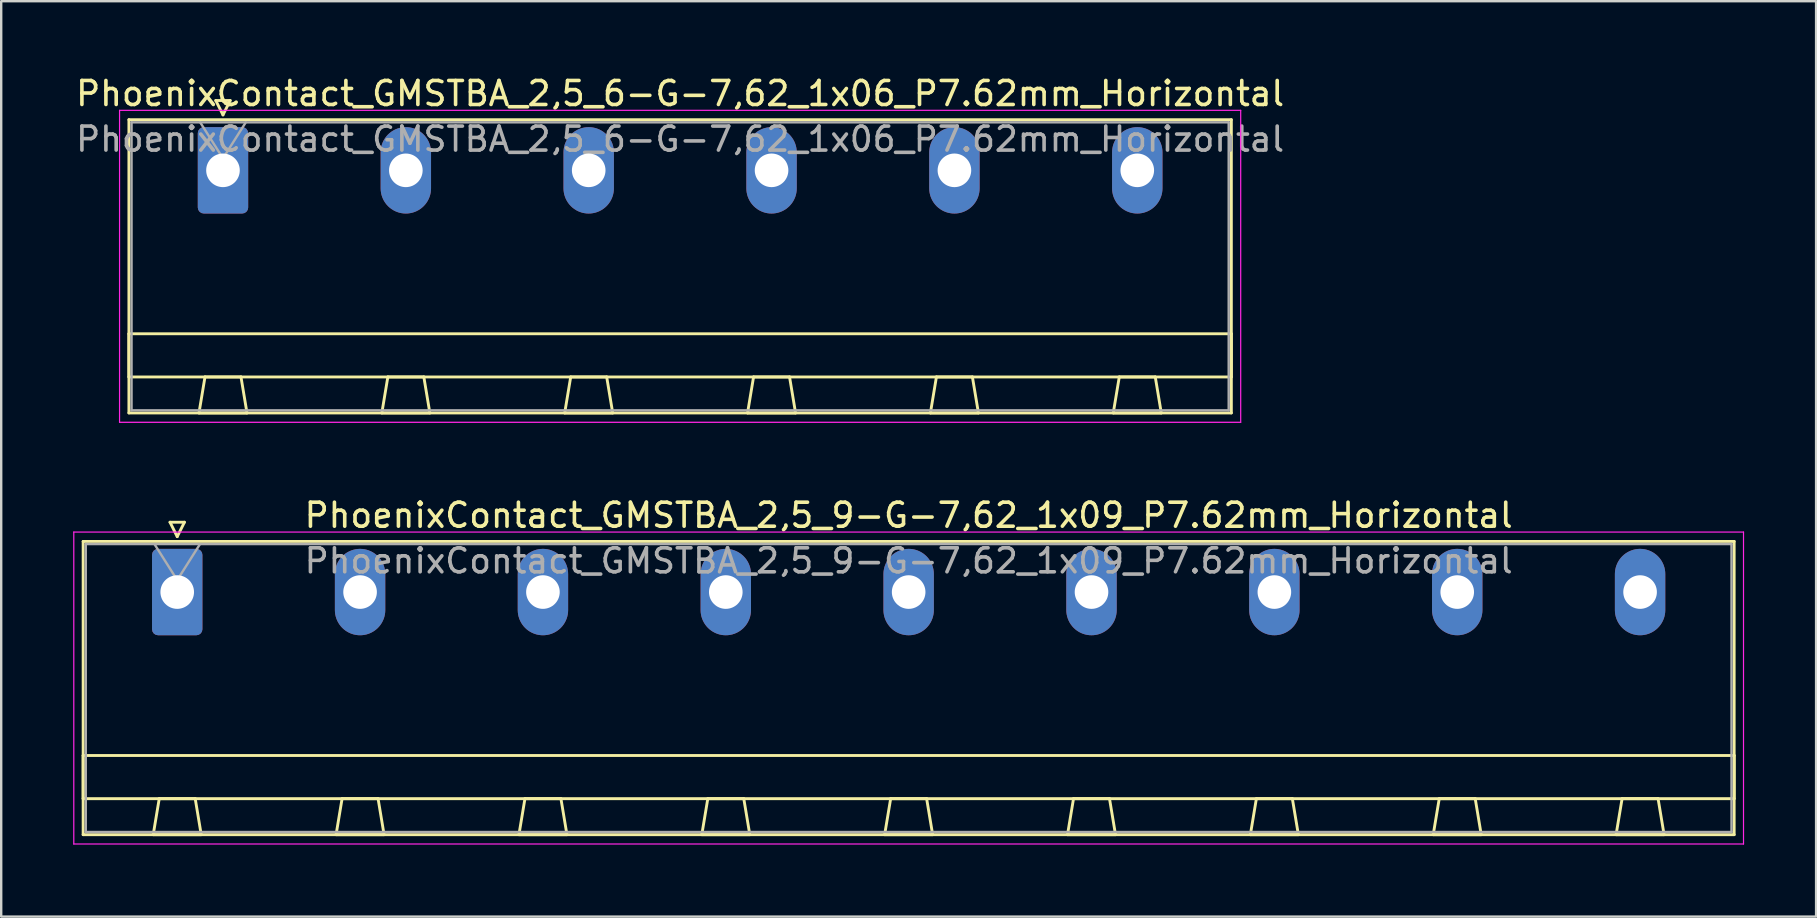
<source format=kicad_pcb>
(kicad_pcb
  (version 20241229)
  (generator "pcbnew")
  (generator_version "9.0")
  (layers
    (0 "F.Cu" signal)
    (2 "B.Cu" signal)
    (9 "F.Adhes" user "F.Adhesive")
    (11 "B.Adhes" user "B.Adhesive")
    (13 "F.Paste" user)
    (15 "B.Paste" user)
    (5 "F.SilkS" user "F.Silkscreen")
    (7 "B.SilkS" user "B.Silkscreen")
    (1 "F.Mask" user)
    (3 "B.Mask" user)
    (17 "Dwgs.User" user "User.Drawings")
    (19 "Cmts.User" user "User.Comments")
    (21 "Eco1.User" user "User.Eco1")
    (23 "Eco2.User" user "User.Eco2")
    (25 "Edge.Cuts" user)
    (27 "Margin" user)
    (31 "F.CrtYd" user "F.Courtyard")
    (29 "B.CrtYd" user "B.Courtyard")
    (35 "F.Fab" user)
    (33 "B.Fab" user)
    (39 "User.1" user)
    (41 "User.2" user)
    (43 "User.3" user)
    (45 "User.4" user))
  (footprint "PhoenixContact_GMSTBA_2,5_9-G-7,62_1x09_P7.62mm_Horizontal"
    (layer "F.Cu")
    (at 4.335 21.622)
    (property "Reference" "PhoenixContact_GMSTBA_2,5_9-G-7,62_1x09_P7.62mm_Horizontal" (at 30.48 -3.2 0) (layer "F.SilkS") (effects (font (size 1 1) (thickness 0.15))))
    (attr through_hole)
    (fp_line (start -3.92 -2.11) (end -3.92 10.11) (stroke (width 0.12) (type solid)) (layer "F.SilkS"))
    (fp_line (start -3.92 6.81) (end 64.88 6.81) (stroke (width 0.12) (type solid)) (layer "F.SilkS"))
    (fp_line (start -3.92 8.61) (end -3.92 6.81) (stroke (width 0.12) (type solid)) (layer "F.SilkS"))
    (fp_line (start -3.92 10.11) (end 64.88 10.11) (stroke (width 0.12) (type solid)) (layer "F.SilkS"))
    (fp_line (start -1 10.11) (end 1 10.11) (stroke (width 0.12) (type solid)) (layer "F.SilkS"))
    (fp_line (start -0.75 8.61) (end -1 10.11) (stroke (width 0.12) (type solid)) (layer "F.SilkS"))
    (fp_line (start -0.3 -2.91) (end 0.3 -2.91) (stroke (width 0.12) (type solid)) (layer "F.SilkS"))
    (fp_line (start 0 -2.31) (end -0.3 -2.91) (stroke (width 0.12) (type solid)) (layer "F.SilkS"))
    (fp_line (start 0.3 -2.91) (end 0 -2.31) (stroke (width 0.12) (type solid)) (layer "F.SilkS"))
    (fp_line (start 0.75 8.61) (end -0.75 8.61) (stroke (width 0.12) (type solid)) (layer "F.SilkS"))
    (fp_line (start 1 10.11) (end 0.75 8.61) (stroke (width 0.12) (type solid)) (layer "F.SilkS"))
    (fp_line (start 6.62 10.11) (end 8.62 10.11) (stroke (width 0.12) (type solid)) (layer "F.SilkS"))
    (fp_line (start 6.87 8.61) (end 6.62 10.11) (stroke (width 0.12) (type solid)) (layer "F.SilkS"))
    (fp_line (start 8.37 8.61) (end 6.87 8.61) (stroke (width 0.12) (type solid)) (layer "F.SilkS"))
    (fp_line (start 8.62 10.11) (end 8.37 8.61) (stroke (width 0.12) (type solid)) (layer "F.SilkS"))
    (fp_line (start 14.24 10.11) (end 16.24 10.11) (stroke (width 0.12) (type solid)) (layer "F.SilkS"))
    (fp_line (start 14.49 8.61) (end 14.24 10.11) (stroke (width 0.12) (type solid)) (layer "F.SilkS"))
    (fp_line (start 15.99 8.61) (end 14.49 8.61) (stroke (width 0.12) (type solid)) (layer "F.SilkS"))
    (fp_line (start 16.24 10.11) (end 15.99 8.61) (stroke (width 0.12) (type solid)) (layer "F.SilkS"))
    (fp_line (start 21.86 10.11) (end 23.86 10.11) (stroke (width 0.12) (type solid)) (layer "F.SilkS"))
    (fp_line (start 22.11 8.61) (end 21.86 10.11) (stroke (width 0.12) (type solid)) (layer "F.SilkS"))
    (fp_line (start 23.61 8.61) (end 22.11 8.61) (stroke (width 0.12) (type solid)) (layer "F.SilkS"))
    (fp_line (start 23.86 10.11) (end 23.61 8.61) (stroke (width 0.12) (type solid)) (layer "F.SilkS"))
    (fp_line (start 29.48 10.11) (end 31.48 10.11) (stroke (width 0.12) (type solid)) (layer "F.SilkS"))
    (fp_line (start 29.73 8.61) (end 29.48 10.11) (stroke (width 0.12) (type solid)) (layer "F.SilkS"))
    (fp_line (start 31.23 8.61) (end 29.73 8.61) (stroke (width 0.12) (type solid)) (layer "F.SilkS"))
    (fp_line (start 31.48 10.11) (end 31.23 8.61) (stroke (width 0.12) (type solid)) (layer "F.SilkS"))
    (fp_line (start 37.1 10.11) (end 39.1 10.11) (stroke (width 0.12) (type solid)) (layer "F.SilkS"))
    (fp_line (start 37.35 8.61) (end 37.1 10.11) (stroke (width 0.12) (type solid)) (layer "F.SilkS"))
    (fp_line (start 38.85 8.61) (end 37.35 8.61) (stroke (width 0.12) (type solid)) (layer "F.SilkS"))
    (fp_line (start 39.1 10.11) (end 38.85 8.61) (stroke (width 0.12) (type solid)) (layer "F.SilkS"))
    (fp_line (start 44.72 10.11) (end 46.72 10.11) (stroke (width 0.12) (type solid)) (layer "F.SilkS"))
    (fp_line (start 44.97 8.61) (end 44.72 10.11) (stroke (width 0.12) (type solid)) (layer "F.SilkS"))
    (fp_line (start 46.47 8.61) (end 44.97 8.61) (stroke (width 0.12) (type solid)) (layer "F.SilkS"))
    (fp_line (start 46.72 10.11) (end 46.47 8.61) (stroke (width 0.12) (type solid)) (layer "F.SilkS"))
    (fp_line (start 52.34 10.11) (end 54.34 10.11) (stroke (width 0.12) (type solid)) (layer "F.SilkS"))
    (fp_line (start 52.59 8.61) (end 52.34 10.11) (stroke (width 0.12) (type solid)) (layer "F.SilkS"))
    (fp_line (start 54.09 8.61) (end 52.59 8.61) (stroke (width 0.12) (type solid)) (layer "F.SilkS"))
    (fp_line (start 54.34 10.11) (end 54.09 8.61) (stroke (width 0.12) (type solid)) (layer "F.SilkS"))
    (fp_line (start 59.96 10.11) (end 61.96 10.11) (stroke (width 0.12) (type solid)) (layer "F.SilkS"))
    (fp_line (start 60.21 8.61) (end 59.96 10.11) (stroke (width 0.12) (type solid)) (layer "F.SilkS"))
    (fp_line (start 61.71 8.61) (end 60.21 8.61) (stroke (width 0.12) (type solid)) (layer "F.SilkS"))
    (fp_line (start 61.96 10.11) (end 61.71 8.61) (stroke (width 0.12) (type solid)) (layer "F.SilkS"))
    (fp_line (start 64.88 -2.11) (end -3.92 -2.11) (stroke (width 0.12) (type solid)) (layer "F.SilkS"))
    (fp_line (start 64.88 6.81) (end 64.88 8.61) (stroke (width 0.12) (type solid)) (layer "F.SilkS"))
    (fp_line (start 64.88 8.61) (end -3.92 8.61) (stroke (width 0.12) (type solid)) (layer "F.SilkS"))
    (fp_line (start 64.88 10.11) (end 64.88 -2.11) (stroke (width 0.12) (type solid)) (layer "F.SilkS"))
    (fp_line (start -4.31 -2.5) (end -4.31 10.5) (stroke (width 0.05) (type solid)) (layer "F.CrtYd"))
    (fp_line (start -4.31 10.5) (end 65.27 10.5) (stroke (width 0.05) (type solid)) (layer "F.CrtYd"))
    (fp_line (start 65.27 -2.5) (end -4.31 -2.5) (stroke (width 0.05) (type solid)) (layer "F.CrtYd"))
    (fp_line (start 65.27 10.5) (end 65.27 -2.5) (stroke (width 0.05) (type solid)) (layer "F.CrtYd"))
    (fp_line (start -3.81 -2) (end -3.81 10) (stroke (width 0.1) (type solid)) (layer "F.Fab"))
    (fp_line (start -3.81 10) (end 64.77 10) (stroke (width 0.1) (type solid)) (layer "F.Fab"))
    (fp_line (start 0 -0.5) (end -0.95 -2) (stroke (width 0.1) (type solid)) (layer "F.Fab"))
    (fp_line (start 0.95 -2) (end 0 -0.5) (stroke (width 0.1) (type solid)) (layer "F.Fab"))
    (fp_line (start 64.77 -2) (end -3.81 -2) (stroke (width 0.1) (type solid)) (layer "F.Fab"))
    (fp_line (start 64.77 10) (end 64.77 -2) (stroke (width 0.1) (type solid)) (layer "F.Fab"))
    (fp_text user "${REFERENCE}" (at 30.48 -1.3 0) (layer "F.Fab") (effects (font (size 1 1) (thickness 0.15))))
    (pad "1" thru_hole roundrect (at 0 0) (size 2.1 3.6) (drill 1.4) (layers "*.Cu" "*.Mask") (roundrect_rratio 0.119))
    (pad "2" thru_hole oval (at 7.62 0) (size 2.1 3.6) (drill 1.4) (layers "*.Cu" "*.Mask"))
    (pad "3" thru_hole oval (at 15.24 0) (size 2.1 3.6) (drill 1.4) (layers "*.Cu" "*.Mask"))
    (pad "4" thru_hole oval (at 22.86 0) (size 2.1 3.6) (drill 1.4) (layers "*.Cu" "*.Mask"))
    (pad "5" thru_hole oval (at 30.48 0) (size 2.1 3.6) (drill 1.4) (layers "*.Cu" "*.Mask"))
    (pad "6" thru_hole oval (at 38.1 0) (size 2.1 3.6) (drill 1.4) (layers "*.Cu" "*.Mask"))
    (pad "7" thru_hole oval (at 45.72 0) (size 2.1 3.6) (drill 1.4) (layers "*.Cu" "*.Mask"))
    (pad "8" thru_hole oval (at 53.34 0) (size 2.1 3.6) (drill 1.4) (layers "*.Cu" "*.Mask"))
    (pad "9" thru_hole oval (at 60.96 0) (size 2.1 3.6) (drill 1.4) (layers "*.Cu" "*.Mask")))
  (footprint "PhoenixContact_GMSTBA_2,5_6-G-7,62_1x06_P7.62mm_Horizontal"
    (layer "F.Cu")
    (at 6.242 4.048)
    (property "Reference" "PhoenixContact_GMSTBA_2,5_6-G-7,62_1x06_P7.62mm_Horizontal" (at 19.05 -3.2 0) (layer "F.SilkS") (effects (font (size 1 1) (thickness 0.15))))
    (attr through_hole)
    (fp_line (start -3.92 -2.11) (end -3.92 10.11) (stroke (width 0.12) (type solid)) (layer "F.SilkS"))
    (fp_line (start -3.92 6.81) (end 42.02 6.81) (stroke (width 0.12) (type solid)) (layer "F.SilkS"))
    (fp_line (start -3.92 8.61) (end -3.92 6.81) (stroke (width 0.12) (type solid)) (layer "F.SilkS"))
    (fp_line (start -3.92 10.11) (end 42.02 10.11) (stroke (width 0.12) (type solid)) (layer "F.SilkS"))
    (fp_line (start -1 10.11) (end 1 10.11) (stroke (width 0.12) (type solid)) (layer "F.SilkS"))
    (fp_line (start -0.75 8.61) (end -1 10.11) (stroke (width 0.12) (type solid)) (layer "F.SilkS"))
    (fp_line (start -0.3 -2.91) (end 0.3 -2.91) (stroke (width 0.12) (type solid)) (layer "F.SilkS"))
    (fp_line (start 0 -2.31) (end -0.3 -2.91) (stroke (width 0.12) (type solid)) (layer "F.SilkS"))
    (fp_line (start 0.3 -2.91) (end 0 -2.31) (stroke (width 0.12) (type solid)) (layer "F.SilkS"))
    (fp_line (start 0.75 8.61) (end -0.75 8.61) (stroke (width 0.12) (type solid)) (layer "F.SilkS"))
    (fp_line (start 1 10.11) (end 0.75 8.61) (stroke (width 0.12) (type solid)) (layer "F.SilkS"))
    (fp_line (start 6.62 10.11) (end 8.62 10.11) (stroke (width 0.12) (type solid)) (layer "F.SilkS"))
    (fp_line (start 6.87 8.61) (end 6.62 10.11) (stroke (width 0.12) (type solid)) (layer "F.SilkS"))
    (fp_line (start 8.37 8.61) (end 6.87 8.61) (stroke (width 0.12) (type solid)) (layer "F.SilkS"))
    (fp_line (start 8.62 10.11) (end 8.37 8.61) (stroke (width 0.12) (type solid)) (layer "F.SilkS"))
    (fp_line (start 14.24 10.11) (end 16.24 10.11) (stroke (width 0.12) (type solid)) (layer "F.SilkS"))
    (fp_line (start 14.49 8.61) (end 14.24 10.11) (stroke (width 0.12) (type solid)) (layer "F.SilkS"))
    (fp_line (start 15.99 8.61) (end 14.49 8.61) (stroke (width 0.12) (type solid)) (layer "F.SilkS"))
    (fp_line (start 16.24 10.11) (end 15.99 8.61) (stroke (width 0.12) (type solid)) (layer "F.SilkS"))
    (fp_line (start 21.86 10.11) (end 23.86 10.11) (stroke (width 0.12) (type solid)) (layer "F.SilkS"))
    (fp_line (start 22.11 8.61) (end 21.86 10.11) (stroke (width 0.12) (type solid)) (layer "F.SilkS"))
    (fp_line (start 23.61 8.61) (end 22.11 8.61) (stroke (width 0.12) (type solid)) (layer "F.SilkS"))
    (fp_line (start 23.86 10.11) (end 23.61 8.61) (stroke (width 0.12) (type solid)) (layer "F.SilkS"))
    (fp_line (start 29.48 10.11) (end 31.48 10.11) (stroke (width 0.12) (type solid)) (layer "F.SilkS"))
    (fp_line (start 29.73 8.61) (end 29.48 10.11) (stroke (width 0.12) (type solid)) (layer "F.SilkS"))
    (fp_line (start 31.23 8.61) (end 29.73 8.61) (stroke (width 0.12) (type solid)) (layer "F.SilkS"))
    (fp_line (start 31.48 10.11) (end 31.23 8.61) (stroke (width 0.12) (type solid)) (layer "F.SilkS"))
    (fp_line (start 37.1 10.11) (end 39.1 10.11) (stroke (width 0.12) (type solid)) (layer "F.SilkS"))
    (fp_line (start 37.35 8.61) (end 37.1 10.11) (stroke (width 0.12) (type solid)) (layer "F.SilkS"))
    (fp_line (start 38.85 8.61) (end 37.35 8.61) (stroke (width 0.12) (type solid)) (layer "F.SilkS"))
    (fp_line (start 39.1 10.11) (end 38.85 8.61) (stroke (width 0.12) (type solid)) (layer "F.SilkS"))
    (fp_line (start 42.02 -2.11) (end -3.92 -2.11) (stroke (width 0.12) (type solid)) (layer "F.SilkS"))
    (fp_line (start 42.02 6.81) (end 42.02 8.61) (stroke (width 0.12) (type solid)) (layer "F.SilkS"))
    (fp_line (start 42.02 8.61) (end -3.92 8.61) (stroke (width 0.12) (type solid)) (layer "F.SilkS"))
    (fp_line (start 42.02 10.11) (end 42.02 -2.11) (stroke (width 0.12) (type solid)) (layer "F.SilkS"))
    (fp_line (start -4.31 -2.5) (end -4.31 10.5) (stroke (width 0.05) (type solid)) (layer "F.CrtYd"))
    (fp_line (start -4.31 10.5) (end 42.41 10.5) (stroke (width 0.05) (type solid)) (layer "F.CrtYd"))
    (fp_line (start 42.41 -2.5) (end -4.31 -2.5) (stroke (width 0.05) (type solid)) (layer "F.CrtYd"))
    (fp_line (start 42.41 10.5) (end 42.41 -2.5) (stroke (width 0.05) (type solid)) (layer "F.CrtYd"))
    (fp_line (start -3.81 -2) (end -3.81 10) (stroke (width 0.1) (type solid)) (layer "F.Fab"))
    (fp_line (start -3.81 10) (end 41.91 10) (stroke (width 0.1) (type solid)) (layer "F.Fab"))
    (fp_line (start 0 -0.5) (end -0.95 -2) (stroke (width 0.1) (type solid)) (layer "F.Fab"))
    (fp_line (start 0.95 -2) (end 0 -0.5) (stroke (width 0.1) (type solid)) (layer "F.Fab"))
    (fp_line (start 41.91 -2) (end -3.81 -2) (stroke (width 0.1) (type solid)) (layer "F.Fab"))
    (fp_line (start 41.91 10) (end 41.91 -2) (stroke (width 0.1) (type solid)) (layer "F.Fab"))
    (fp_text user "${REFERENCE}" (at 19.05 -1.3 0) (layer "F.Fab") (effects (font (size 1 1) (thickness 0.15))))
    (pad "1" thru_hole roundrect (at 0 0) (size 2.1 3.6) (drill 1.4) (layers "*.Cu" "*.Mask") (roundrect_rratio 0.119))
    (pad "2" thru_hole oval (at 7.62 0) (size 2.1 3.6) (drill 1.4) (layers "*.Cu" "*.Mask"))
    (pad "3" thru_hole oval (at 15.24 0) (size 2.1 3.6) (drill 1.4) (layers "*.Cu" "*.Mask"))
    (pad "4" thru_hole oval (at 22.86 0) (size 2.1 3.6) (drill 1.4) (layers "*.Cu" "*.Mask"))
    (pad "5" thru_hole oval (at 30.48 0) (size 2.1 3.6) (drill 1.4) (layers "*.Cu" "*.Mask"))
    (pad "6" thru_hole oval (at 38.1 0) (size 2.1 3.6) (drill 1.4) (layers "*.Cu" "*.Mask")))
  (gr_rect
    (start -3 -3)
    (end 72.63 35.147)
    (stroke (width 0.1) (type default))
    (fill no)
    (layer "Edge.Cuts")))
</source>
